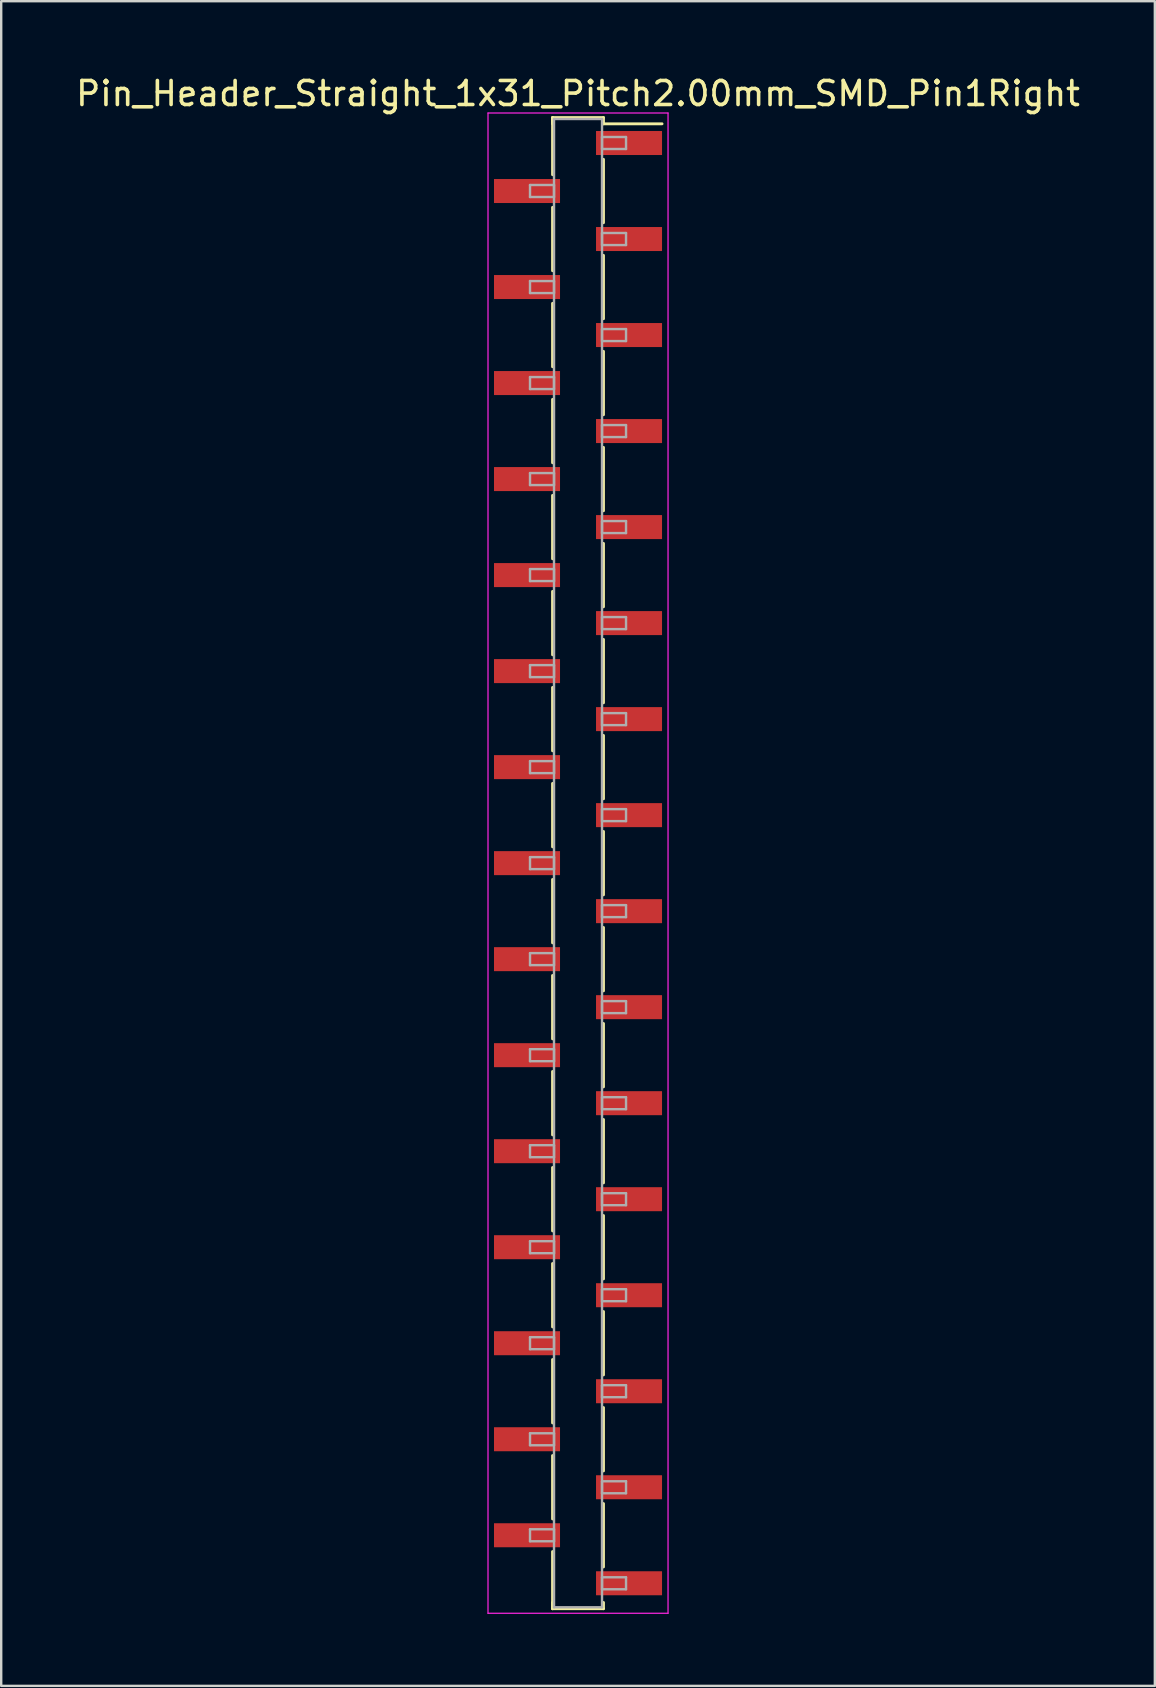
<source format=kicad_pcb>
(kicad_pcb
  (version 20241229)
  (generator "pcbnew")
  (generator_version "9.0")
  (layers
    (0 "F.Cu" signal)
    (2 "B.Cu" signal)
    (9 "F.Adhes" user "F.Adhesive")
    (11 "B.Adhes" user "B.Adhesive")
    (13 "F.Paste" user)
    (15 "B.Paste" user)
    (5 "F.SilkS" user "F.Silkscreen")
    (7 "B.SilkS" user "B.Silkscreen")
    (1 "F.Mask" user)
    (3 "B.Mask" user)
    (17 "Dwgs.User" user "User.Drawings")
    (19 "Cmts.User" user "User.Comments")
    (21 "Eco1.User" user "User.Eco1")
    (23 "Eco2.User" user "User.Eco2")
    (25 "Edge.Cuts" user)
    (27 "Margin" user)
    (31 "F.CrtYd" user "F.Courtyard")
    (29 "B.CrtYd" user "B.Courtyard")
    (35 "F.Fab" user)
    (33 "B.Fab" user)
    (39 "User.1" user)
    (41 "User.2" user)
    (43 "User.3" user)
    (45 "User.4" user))
  (footprint "Pin_Header_Straight_1x31_Pitch2.00mm_SMD_Pin1Right"
    (layer "F.Cu")
    (at 21.03 32.908)
    (property "Reference" "Pin_Header_Straight_1x31_Pitch2.00mm_SMD_Pin1Right" (at 0 -32.06 0) (layer "F.SilkS") (effects (font (size 1 1) (thickness 0.15))))
    (attr smd)
    (fp_line (start -1.06 -31.06) (end -1.06 -28.68) (stroke (width 0.12) (type solid)) (layer "F.SilkS"))
    (fp_line (start -1.06 -31.06) (end 1.06 -31.06) (stroke (width 0.12) (type solid)) (layer "F.SilkS"))
    (fp_line (start -1.06 -30.8) (end -1.06 -31.06) (stroke (width 0.12) (type solid)) (layer "F.SilkS"))
    (fp_line (start -1.06 -27.32) (end -1.06 -24.68) (stroke (width 0.12) (type solid)) (layer "F.SilkS"))
    (fp_line (start -1.06 -23.32) (end -1.06 -20.68) (stroke (width 0.12) (type solid)) (layer "F.SilkS"))
    (fp_line (start -1.06 -19.32) (end -1.06 -16.68) (stroke (width 0.12) (type solid)) (layer "F.SilkS"))
    (fp_line (start -1.06 -15.32) (end -1.06 -12.68) (stroke (width 0.12) (type solid)) (layer "F.SilkS"))
    (fp_line (start -1.06 -11.32) (end -1.06 -8.68) (stroke (width 0.12) (type solid)) (layer "F.SilkS"))
    (fp_line (start -1.06 -7.32) (end -1.06 -4.68) (stroke (width 0.12) (type solid)) (layer "F.SilkS"))
    (fp_line (start -1.06 -3.32) (end -1.06 -0.68) (stroke (width 0.12) (type solid)) (layer "F.SilkS"))
    (fp_line (start -1.06 0.68) (end -1.06 3.32) (stroke (width 0.12) (type solid)) (layer "F.SilkS"))
    (fp_line (start -1.06 4.68) (end -1.06 7.32) (stroke (width 0.12) (type solid)) (layer "F.SilkS"))
    (fp_line (start -1.06 8.68) (end -1.06 11.32) (stroke (width 0.12) (type solid)) (layer "F.SilkS"))
    (fp_line (start -1.06 12.68) (end -1.06 15.32) (stroke (width 0.12) (type solid)) (layer "F.SilkS"))
    (fp_line (start -1.06 16.68) (end -1.06 19.32) (stroke (width 0.12) (type solid)) (layer "F.SilkS"))
    (fp_line (start -1.06 20.68) (end -1.06 23.32) (stroke (width 0.12) (type solid)) (layer "F.SilkS"))
    (fp_line (start -1.06 24.68) (end -1.06 27.32) (stroke (width 0.12) (type solid)) (layer "F.SilkS"))
    (fp_line (start -1.06 28.68) (end -1.06 31.06) (stroke (width 0.12) (type solid)) (layer "F.SilkS"))
    (fp_line (start -1.06 30.8) (end -1.06 31.06) (stroke (width 0.12) (type solid)) (layer "F.SilkS"))
    (fp_line (start -1.06 31.06) (end 1.06 31.06) (stroke (width 0.12) (type solid)) (layer "F.SilkS"))
    (fp_line (start 1.06 -31.06) (end 1.06 -30.8) (stroke (width 0.12) (type solid)) (layer "F.SilkS"))
    (fp_line (start 1.06 -30.8) (end 3.5 -30.8) (stroke (width 0.12) (type solid)) (layer "F.SilkS"))
    (fp_line (start 1.06 -29.32) (end 1.06 -26.68) (stroke (width 0.12) (type solid)) (layer "F.SilkS"))
    (fp_line (start 1.06 -25.32) (end 1.06 -22.68) (stroke (width 0.12) (type solid)) (layer "F.SilkS"))
    (fp_line (start 1.06 -21.32) (end 1.06 -18.68) (stroke (width 0.12) (type solid)) (layer "F.SilkS"))
    (fp_line (start 1.06 -17.32) (end 1.06 -14.68) (stroke (width 0.12) (type solid)) (layer "F.SilkS"))
    (fp_line (start 1.06 -13.32) (end 1.06 -10.68) (stroke (width 0.12) (type solid)) (layer "F.SilkS"))
    (fp_line (start 1.06 -9.32) (end 1.06 -6.68) (stroke (width 0.12) (type solid)) (layer "F.SilkS"))
    (fp_line (start 1.06 -5.32) (end 1.06 -2.68) (stroke (width 0.12) (type solid)) (layer "F.SilkS"))
    (fp_line (start 1.06 -1.32) (end 1.06 1.32) (stroke (width 0.12) (type solid)) (layer "F.SilkS"))
    (fp_line (start 1.06 2.68) (end 1.06 5.32) (stroke (width 0.12) (type solid)) (layer "F.SilkS"))
    (fp_line (start 1.06 6.68) (end 1.06 9.32) (stroke (width 0.12) (type solid)) (layer "F.SilkS"))
    (fp_line (start 1.06 10.68) (end 1.06 13.32) (stroke (width 0.12) (type solid)) (layer "F.SilkS"))
    (fp_line (start 1.06 14.68) (end 1.06 17.32) (stroke (width 0.12) (type solid)) (layer "F.SilkS"))
    (fp_line (start 1.06 18.68) (end 1.06 21.32) (stroke (width 0.12) (type solid)) (layer "F.SilkS"))
    (fp_line (start 1.06 22.68) (end 1.06 25.32) (stroke (width 0.12) (type solid)) (layer "F.SilkS"))
    (fp_line (start 1.06 26.68) (end 1.06 29.32) (stroke (width 0.12) (type solid)) (layer "F.SilkS"))
    (fp_line (start 1.06 31.06) (end 1.06 30.8) (stroke (width 0.12) (type solid)) (layer "F.SilkS"))
    (fp_line (start -3.75 -31.25) (end -3.75 31.25) (stroke (width 0.05) (type solid)) (layer "F.CrtYd"))
    (fp_line (start -3.75 31.25) (end 3.75 31.25) (stroke (width 0.05) (type solid)) (layer "F.CrtYd"))
    (fp_line (start 3.75 -31.25) (end -3.75 -31.25) (stroke (width 0.05) (type solid)) (layer "F.CrtYd"))
    (fp_line (start 3.75 31.25) (end 3.75 -31.25) (stroke (width 0.05) (type solid)) (layer "F.CrtYd"))
    (fp_line (start -2 -28.25) (end -1 -28.25) (stroke (width 0.1) (type solid)) (layer "F.Fab"))
    (fp_line (start -2 -27.75) (end -2 -28.25) (stroke (width 0.1) (type solid)) (layer "F.Fab"))
    (fp_line (start -2 -24.25) (end -1 -24.25) (stroke (width 0.1) (type solid)) (layer "F.Fab"))
    (fp_line (start -2 -23.75) (end -2 -24.25) (stroke (width 0.1) (type solid)) (layer "F.Fab"))
    (fp_line (start -2 -20.25) (end -1 -20.25) (stroke (width 0.1) (type solid)) (layer "F.Fab"))
    (fp_line (start -2 -19.75) (end -2 -20.25) (stroke (width 0.1) (type solid)) (layer "F.Fab"))
    (fp_line (start -2 -16.25) (end -1 -16.25) (stroke (width 0.1) (type solid)) (layer "F.Fab"))
    (fp_line (start -2 -15.75) (end -2 -16.25) (stroke (width 0.1) (type solid)) (layer "F.Fab"))
    (fp_line (start -2 -12.25) (end -1 -12.25) (stroke (width 0.1) (type solid)) (layer "F.Fab"))
    (fp_line (start -2 -11.75) (end -2 -12.25) (stroke (width 0.1) (type solid)) (layer "F.Fab"))
    (fp_line (start -2 -8.25) (end -1 -8.25) (stroke (width 0.1) (type solid)) (layer "F.Fab"))
    (fp_line (start -2 -7.75) (end -2 -8.25) (stroke (width 0.1) (type solid)) (layer "F.Fab"))
    (fp_line (start -2 -4.25) (end -1 -4.25) (stroke (width 0.1) (type solid)) (layer "F.Fab"))
    (fp_line (start -2 -3.75) (end -2 -4.25) (stroke (width 0.1) (type solid)) (layer "F.Fab"))
    (fp_line (start -2 -0.25) (end -1 -0.25) (stroke (width 0.1) (type solid)) (layer "F.Fab"))
    (fp_line (start -2 0.25) (end -2 -0.25) (stroke (width 0.1) (type solid)) (layer "F.Fab"))
    (fp_line (start -2 3.75) (end -1 3.75) (stroke (width 0.1) (type solid)) (layer "F.Fab"))
    (fp_line (start -2 4.25) (end -2 3.75) (stroke (width 0.1) (type solid)) (layer "F.Fab"))
    (fp_line (start -2 7.75) (end -1 7.75) (stroke (width 0.1) (type solid)) (layer "F.Fab"))
    (fp_line (start -2 8.25) (end -2 7.75) (stroke (width 0.1) (type solid)) (layer "F.Fab"))
    (fp_line (start -2 11.75) (end -1 11.75) (stroke (width 0.1) (type solid)) (layer "F.Fab"))
    (fp_line (start -2 12.25) (end -2 11.75) (stroke (width 0.1) (type solid)) (layer "F.Fab"))
    (fp_line (start -2 15.75) (end -1 15.75) (stroke (width 0.1) (type solid)) (layer "F.Fab"))
    (fp_line (start -2 16.25) (end -2 15.75) (stroke (width 0.1) (type solid)) (layer "F.Fab"))
    (fp_line (start -2 19.75) (end -1 19.75) (stroke (width 0.1) (type solid)) (layer "F.Fab"))
    (fp_line (start -2 20.25) (end -2 19.75) (stroke (width 0.1) (type solid)) (layer "F.Fab"))
    (fp_line (start -2 23.75) (end -1 23.75) (stroke (width 0.1) (type solid)) (layer "F.Fab"))
    (fp_line (start -2 24.25) (end -2 23.75) (stroke (width 0.1) (type solid)) (layer "F.Fab"))
    (fp_line (start -2 27.75) (end -1 27.75) (stroke (width 0.1) (type solid)) (layer "F.Fab"))
    (fp_line (start -2 28.25) (end -2 27.75) (stroke (width 0.1) (type solid)) (layer "F.Fab"))
    (fp_line (start -1 -31) (end -1 31) (stroke (width 0.1) (type solid)) (layer "F.Fab"))
    (fp_line (start -1 -28.25) (end -1 -27.75) (stroke (width 0.1) (type solid)) (layer "F.Fab"))
    (fp_line (start -1 -27.75) (end -2 -27.75) (stroke (width 0.1) (type solid)) (layer "F.Fab"))
    (fp_line (start -1 -24.25) (end -1 -23.75) (stroke (width 0.1) (type solid)) (layer "F.Fab"))
    (fp_line (start -1 -23.75) (end -2 -23.75) (stroke (width 0.1) (type solid)) (layer "F.Fab"))
    (fp_line (start -1 -20.25) (end -1 -19.75) (stroke (width 0.1) (type solid)) (layer "F.Fab"))
    (fp_line (start -1 -19.75) (end -2 -19.75) (stroke (width 0.1) (type solid)) (layer "F.Fab"))
    (fp_line (start -1 -16.25) (end -1 -15.75) (stroke (width 0.1) (type solid)) (layer "F.Fab"))
    (fp_line (start -1 -15.75) (end -2 -15.75) (stroke (width 0.1) (type solid)) (layer "F.Fab"))
    (fp_line (start -1 -12.25) (end -1 -11.75) (stroke (width 0.1) (type solid)) (layer "F.Fab"))
    (fp_line (start -1 -11.75) (end -2 -11.75) (stroke (width 0.1) (type solid)) (layer "F.Fab"))
    (fp_line (start -1 -8.25) (end -1 -7.75) (stroke (width 0.1) (type solid)) (layer "F.Fab"))
    (fp_line (start -1 -7.75) (end -2 -7.75) (stroke (width 0.1) (type solid)) (layer "F.Fab"))
    (fp_line (start -1 -4.25) (end -1 -3.75) (stroke (width 0.1) (type solid)) (layer "F.Fab"))
    (fp_line (start -1 -3.75) (end -2 -3.75) (stroke (width 0.1) (type solid)) (layer "F.Fab"))
    (fp_line (start -1 -0.25) (end -1 0.25) (stroke (width 0.1) (type solid)) (layer "F.Fab"))
    (fp_line (start -1 0.25) (end -2 0.25) (stroke (width 0.1) (type solid)) (layer "F.Fab"))
    (fp_line (start -1 3.75) (end -1 4.25) (stroke (width 0.1) (type solid)) (layer "F.Fab"))
    (fp_line (start -1 4.25) (end -2 4.25) (stroke (width 0.1) (type solid)) (layer "F.Fab"))
    (fp_line (start -1 7.75) (end -1 8.25) (stroke (width 0.1) (type solid)) (layer "F.Fab"))
    (fp_line (start -1 8.25) (end -2 8.25) (stroke (width 0.1) (type solid)) (layer "F.Fab"))
    (fp_line (start -1 11.75) (end -1 12.25) (stroke (width 0.1) (type solid)) (layer "F.Fab"))
    (fp_line (start -1 12.25) (end -2 12.25) (stroke (width 0.1) (type solid)) (layer "F.Fab"))
    (fp_line (start -1 15.75) (end -1 16.25) (stroke (width 0.1) (type solid)) (layer "F.Fab"))
    (fp_line (start -1 16.25) (end -2 16.25) (stroke (width 0.1) (type solid)) (layer "F.Fab"))
    (fp_line (start -1 19.75) (end -1 20.25) (stroke (width 0.1) (type solid)) (layer "F.Fab"))
    (fp_line (start -1 20.25) (end -2 20.25) (stroke (width 0.1) (type solid)) (layer "F.Fab"))
    (fp_line (start -1 23.75) (end -1 24.25) (stroke (width 0.1) (type solid)) (layer "F.Fab"))
    (fp_line (start -1 24.25) (end -2 24.25) (stroke (width 0.1) (type solid)) (layer "F.Fab"))
    (fp_line (start -1 27.75) (end -1 28.25) (stroke (width 0.1) (type solid)) (layer "F.Fab"))
    (fp_line (start -1 28.25) (end -2 28.25) (stroke (width 0.1) (type solid)) (layer "F.Fab"))
    (fp_line (start -1 31) (end 1 31) (stroke (width 0.1) (type solid)) (layer "F.Fab"))
    (fp_line (start 1 -31) (end -1 -31) (stroke (width 0.1) (type solid)) (layer "F.Fab"))
    (fp_line (start 1 -30.25) (end 1 -29.75) (stroke (width 0.1) (type solid)) (layer "F.Fab"))
    (fp_line (start 1 -29.75) (end 2 -29.75) (stroke (width 0.1) (type solid)) (layer "F.Fab"))
    (fp_line (start 1 -26.25) (end 1 -25.75) (stroke (width 0.1) (type solid)) (layer "F.Fab"))
    (fp_line (start 1 -25.75) (end 2 -25.75) (stroke (width 0.1) (type solid)) (layer "F.Fab"))
    (fp_line (start 1 -22.25) (end 1 -21.75) (stroke (width 0.1) (type solid)) (layer "F.Fab"))
    (fp_line (start 1 -21.75) (end 2 -21.75) (stroke (width 0.1) (type solid)) (layer "F.Fab"))
    (fp_line (start 1 -18.25) (end 1 -17.75) (stroke (width 0.1) (type solid)) (layer "F.Fab"))
    (fp_line (start 1 -17.75) (end 2 -17.75) (stroke (width 0.1) (type solid)) (layer "F.Fab"))
    (fp_line (start 1 -14.25) (end 1 -13.75) (stroke (width 0.1) (type solid)) (layer "F.Fab"))
    (fp_line (start 1 -13.75) (end 2 -13.75) (stroke (width 0.1) (type solid)) (layer "F.Fab"))
    (fp_line (start 1 -10.25) (end 1 -9.75) (stroke (width 0.1) (type solid)) (layer "F.Fab"))
    (fp_line (start 1 -9.75) (end 2 -9.75) (stroke (width 0.1) (type solid)) (layer "F.Fab"))
    (fp_line (start 1 -6.25) (end 1 -5.75) (stroke (width 0.1) (type solid)) (layer "F.Fab"))
    (fp_line (start 1 -5.75) (end 2 -5.75) (stroke (width 0.1) (type solid)) (layer "F.Fab"))
    (fp_line (start 1 -2.25) (end 1 -1.75) (stroke (width 0.1) (type solid)) (layer "F.Fab"))
    (fp_line (start 1 -1.75) (end 2 -1.75) (stroke (width 0.1) (type solid)) (layer "F.Fab"))
    (fp_line (start 1 1.75) (end 1 2.25) (stroke (width 0.1) (type solid)) (layer "F.Fab"))
    (fp_line (start 1 2.25) (end 2 2.25) (stroke (width 0.1) (type solid)) (layer "F.Fab"))
    (fp_line (start 1 5.75) (end 1 6.25) (stroke (width 0.1) (type solid)) (layer "F.Fab"))
    (fp_line (start 1 6.25) (end 2 6.25) (stroke (width 0.1) (type solid)) (layer "F.Fab"))
    (fp_line (start 1 9.75) (end 1 10.25) (stroke (width 0.1) (type solid)) (layer "F.Fab"))
    (fp_line (start 1 10.25) (end 2 10.25) (stroke (width 0.1) (type solid)) (layer "F.Fab"))
    (fp_line (start 1 13.75) (end 1 14.25) (stroke (width 0.1) (type solid)) (layer "F.Fab"))
    (fp_line (start 1 14.25) (end 2 14.25) (stroke (width 0.1) (type solid)) (layer "F.Fab"))
    (fp_line (start 1 17.75) (end 1 18.25) (stroke (width 0.1) (type solid)) (layer "F.Fab"))
    (fp_line (start 1 18.25) (end 2 18.25) (stroke (width 0.1) (type solid)) (layer "F.Fab"))
    (fp_line (start 1 21.75) (end 1 22.25) (stroke (width 0.1) (type solid)) (layer "F.Fab"))
    (fp_line (start 1 22.25) (end 2 22.25) (stroke (width 0.1) (type solid)) (layer "F.Fab"))
    (fp_line (start 1 25.75) (end 1 26.25) (stroke (width 0.1) (type solid)) (layer "F.Fab"))
    (fp_line (start 1 26.25) (end 2 26.25) (stroke (width 0.1) (type solid)) (layer "F.Fab"))
    (fp_line (start 1 29.75) (end 1 30.25) (stroke (width 0.1) (type solid)) (layer "F.Fab"))
    (fp_line (start 1 30.25) (end 2 30.25) (stroke (width 0.1) (type solid)) (layer "F.Fab"))
    (fp_line (start 1 31) (end 1 -31) (stroke (width 0.1) (type solid)) (layer "F.Fab"))
    (fp_line (start 2 -30.25) (end 1 -30.25) (stroke (width 0.1) (type solid)) (layer "F.Fab"))
    (fp_line (start 2 -29.75) (end 2 -30.25) (stroke (width 0.1) (type solid)) (layer "F.Fab"))
    (fp_line (start 2 -26.25) (end 1 -26.25) (stroke (width 0.1) (type solid)) (layer "F.Fab"))
    (fp_line (start 2 -25.75) (end 2 -26.25) (stroke (width 0.1) (type solid)) (layer "F.Fab"))
    (fp_line (start 2 -22.25) (end 1 -22.25) (stroke (width 0.1) (type solid)) (layer "F.Fab"))
    (fp_line (start 2 -21.75) (end 2 -22.25) (stroke (width 0.1) (type solid)) (layer "F.Fab"))
    (fp_line (start 2 -18.25) (end 1 -18.25) (stroke (width 0.1) (type solid)) (layer "F.Fab"))
    (fp_line (start 2 -17.75) (end 2 -18.25) (stroke (width 0.1) (type solid)) (layer "F.Fab"))
    (fp_line (start 2 -14.25) (end 1 -14.25) (stroke (width 0.1) (type solid)) (layer "F.Fab"))
    (fp_line (start 2 -13.75) (end 2 -14.25) (stroke (width 0.1) (type solid)) (layer "F.Fab"))
    (fp_line (start 2 -10.25) (end 1 -10.25) (stroke (width 0.1) (type solid)) (layer "F.Fab"))
    (fp_line (start 2 -9.75) (end 2 -10.25) (stroke (width 0.1) (type solid)) (layer "F.Fab"))
    (fp_line (start 2 -6.25) (end 1 -6.25) (stroke (width 0.1) (type solid)) (layer "F.Fab"))
    (fp_line (start 2 -5.75) (end 2 -6.25) (stroke (width 0.1) (type solid)) (layer "F.Fab"))
    (fp_line (start 2 -2.25) (end 1 -2.25) (stroke (width 0.1) (type solid)) (layer "F.Fab"))
    (fp_line (start 2 -1.75) (end 2 -2.25) (stroke (width 0.1) (type solid)) (layer "F.Fab"))
    (fp_line (start 2 1.75) (end 1 1.75) (stroke (width 0.1) (type solid)) (layer "F.Fab"))
    (fp_line (start 2 2.25) (end 2 1.75) (stroke (width 0.1) (type solid)) (layer "F.Fab"))
    (fp_line (start 2 5.75) (end 1 5.75) (stroke (width 0.1) (type solid)) (layer "F.Fab"))
    (fp_line (start 2 6.25) (end 2 5.75) (stroke (width 0.1) (type solid)) (layer "F.Fab"))
    (fp_line (start 2 9.75) (end 1 9.75) (stroke (width 0.1) (type solid)) (layer "F.Fab"))
    (fp_line (start 2 10.25) (end 2 9.75) (stroke (width 0.1) (type solid)) (layer "F.Fab"))
    (fp_line (start 2 13.75) (end 1 13.75) (stroke (width 0.1) (type solid)) (layer "F.Fab"))
    (fp_line (start 2 14.25) (end 2 13.75) (stroke (width 0.1) (type solid)) (layer "F.Fab"))
    (fp_line (start 2 17.75) (end 1 17.75) (stroke (width 0.1) (type solid)) (layer "F.Fab"))
    (fp_line (start 2 18.25) (end 2 17.75) (stroke (width 0.1) (type solid)) (layer "F.Fab"))
    (fp_line (start 2 21.75) (end 1 21.75) (stroke (width 0.1) (type solid)) (layer "F.Fab"))
    (fp_line (start 2 22.25) (end 2 21.75) (stroke (width 0.1) (type solid)) (layer "F.Fab"))
    (fp_line (start 2 25.75) (end 1 25.75) (stroke (width 0.1) (type solid)) (layer "F.Fab"))
    (fp_line (start 2 26.25) (end 2 25.75) (stroke (width 0.1) (type solid)) (layer "F.Fab"))
    (fp_line (start 2 29.75) (end 1 29.75) (stroke (width 0.1) (type solid)) (layer "F.Fab"))
    (fp_line (start 2 30.25) (end 2 29.75) (stroke (width 0.1) (type solid)) (layer "F.Fab"))
    (pad "1" smd rect (at 2.125 -30) (size 2.75 1) (layers "F.Cu" "F.Mask"))
    (pad "2" smd rect (at -2.125 -28) (size 2.75 1) (layers "F.Cu" "F.Mask"))
    (pad "3" smd rect (at 2.125 -26) (size 2.75 1) (layers "F.Cu" "F.Mask"))
    (pad "4" smd rect (at -2.125 -24) (size 2.75 1) (layers "F.Cu" "F.Mask"))
    (pad "5" smd rect (at 2.125 -22) (size 2.75 1) (layers "F.Cu" "F.Mask"))
    (pad "6" smd rect (at -2.125 -20) (size 2.75 1) (layers "F.Cu" "F.Mask"))
    (pad "7" smd rect (at 2.125 -18) (size 2.75 1) (layers "F.Cu" "F.Mask"))
    (pad "8" smd rect (at -2.125 -16) (size 2.75 1) (layers "F.Cu" "F.Mask"))
    (pad "9" smd rect (at 2.125 -14) (size 2.75 1) (layers "F.Cu" "F.Mask"))
    (pad "10" smd rect (at -2.125 -12) (size 2.75 1) (layers "F.Cu" "F.Mask"))
    (pad "11" smd rect (at 2.125 -10) (size 2.75 1) (layers "F.Cu" "F.Mask"))
    (pad "12" smd rect (at -2.125 -8) (size 2.75 1) (layers "F.Cu" "F.Mask"))
    (pad "13" smd rect (at 2.125 -6) (size 2.75 1) (layers "F.Cu" "F.Mask"))
    (pad "14" smd rect (at -2.125 -4) (size 2.75 1) (layers "F.Cu" "F.Mask"))
    (pad "15" smd rect (at 2.125 -2) (size 2.75 1) (layers "F.Cu" "F.Mask"))
    (pad "16" smd rect (at -2.125 0) (size 2.75 1) (layers "F.Cu" "F.Mask"))
    (pad "17" smd rect (at 2.125 2) (size 2.75 1) (layers "F.Cu" "F.Mask"))
    (pad "18" smd rect (at -2.125 4) (size 2.75 1) (layers "F.Cu" "F.Mask"))
    (pad "19" smd rect (at 2.125 6) (size 2.75 1) (layers "F.Cu" "F.Mask"))
    (pad "20" smd rect (at -2.125 8) (size 2.75 1) (layers "F.Cu" "F.Mask"))
    (pad "21" smd rect (at 2.125 10) (size 2.75 1) (layers "F.Cu" "F.Mask"))
    (pad "22" smd rect (at -2.125 12) (size 2.75 1) (layers "F.Cu" "F.Mask"))
    (pad "23" smd rect (at 2.125 14) (size 2.75 1) (layers "F.Cu" "F.Mask"))
    (pad "24" smd rect (at -2.125 16) (size 2.75 1) (layers "F.Cu" "F.Mask"))
    (pad "25" smd rect (at 2.125 18) (size 2.75 1) (layers "F.Cu" "F.Mask"))
    (pad "26" smd rect (at -2.125 20) (size 2.75 1) (layers "F.Cu" "F.Mask"))
    (pad "27" smd rect (at 2.125 22) (size 2.75 1) (layers "F.Cu" "F.Mask"))
    (pad "28" smd rect (at -2.125 24) (size 2.75 1) (layers "F.Cu" "F.Mask"))
    (pad "29" smd rect (at 2.125 26) (size 2.75 1) (layers "F.Cu" "F.Mask"))
    (pad "30" smd rect (at -2.125 28) (size 2.75 1) (layers "F.Cu" "F.Mask"))
    (pad "31" smd rect (at 2.125 30) (size 2.75 1) (layers "F.Cu" "F.Mask")))
  (gr_rect
    (start -3 -3)
    (end 45.06 67.183)
    (stroke (width 0.1) (type default))
    (fill no)
    (layer "Edge.Cuts")))
</source>
